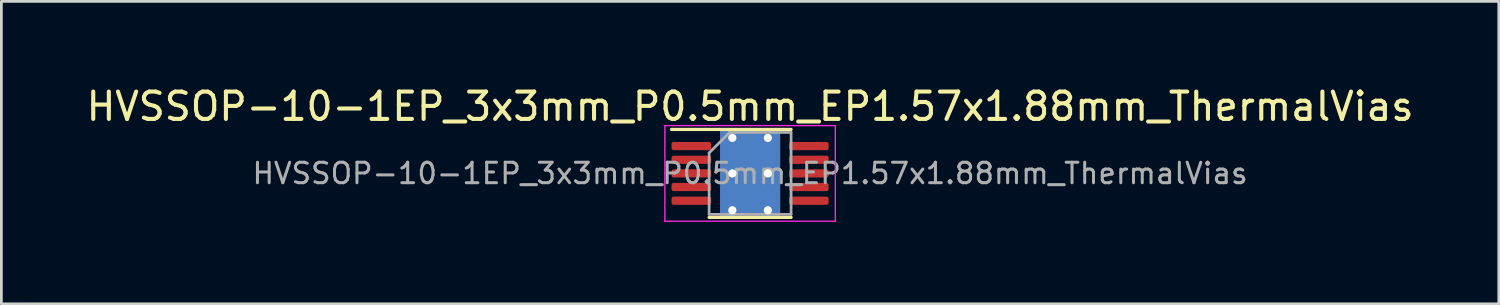
<source format=kicad_pcb>
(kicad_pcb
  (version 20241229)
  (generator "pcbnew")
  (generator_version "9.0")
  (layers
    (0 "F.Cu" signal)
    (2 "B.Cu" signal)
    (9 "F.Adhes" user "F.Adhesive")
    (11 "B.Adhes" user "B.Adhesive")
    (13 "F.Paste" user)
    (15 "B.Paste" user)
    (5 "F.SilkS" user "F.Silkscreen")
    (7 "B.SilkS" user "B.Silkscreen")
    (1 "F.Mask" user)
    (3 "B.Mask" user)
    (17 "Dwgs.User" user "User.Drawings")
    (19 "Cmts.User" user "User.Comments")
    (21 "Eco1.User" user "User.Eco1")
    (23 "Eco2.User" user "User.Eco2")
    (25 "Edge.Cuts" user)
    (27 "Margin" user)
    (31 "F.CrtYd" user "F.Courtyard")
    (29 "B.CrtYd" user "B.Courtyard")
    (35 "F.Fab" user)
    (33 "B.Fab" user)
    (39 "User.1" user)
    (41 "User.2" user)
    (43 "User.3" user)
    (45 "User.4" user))
  (footprint "HVSSOP-10-1EP_3x3mm_P0.5mm_EP1.57x1.88mm_ThermalVias"
    (layer "F.Cu")
    (at 24.411 3.298)
    (property "Reference" "HVSSOP-10-1EP_3x3mm_P0.5mm_EP1.57x1.88mm_ThermalVias" (at 0 -2.45 0) (layer "F.SilkS") (effects (font (size 1 1) (thickness 0.15))))
    (attr smd)
    (fp_rect (start -1.1 -1.55) (end 1.1 1.55) (stroke (width 0) (type solid)) (fill yes) (layer "F.Cu"))
    (fp_rect (start -1.1 -1.55) (end 1.1 1.55) (stroke (width 0) (type solid)) (fill yes) (layer "B.Cu"))
    (fp_line (start 0 -1.61) (end -2.875 -1.61) (stroke (width 0.12) (type solid)) (layer "F.SilkS"))
    (fp_line (start 0 -1.61) (end 1.5 -1.61) (stroke (width 0.12) (type solid)) (layer "F.SilkS"))
    (fp_line (start 0 1.61) (end -1.5 1.61) (stroke (width 0.12) (type solid)) (layer "F.SilkS"))
    (fp_line (start 0 1.61) (end 1.5 1.61) (stroke (width 0.12) (type solid)) (layer "F.SilkS"))
    (fp_line (start -3.12 -1.75) (end -3.12 1.75) (stroke (width 0.05) (type solid)) (layer "F.CrtYd"))
    (fp_line (start -3.12 1.75) (end 3.12 1.75) (stroke (width 0.05) (type solid)) (layer "F.CrtYd"))
    (fp_line (start 3.12 -1.75) (end -3.12 -1.75) (stroke (width 0.05) (type solid)) (layer "F.CrtYd"))
    (fp_line (start 3.12 1.75) (end 3.12 -1.75) (stroke (width 0.05) (type solid)) (layer "F.CrtYd"))
    (fp_line (start -1.5 -0.75) (end -0.75 -1.5) (stroke (width 0.1) (type solid)) (layer "F.Fab"))
    (fp_line (start -1.5 1.5) (end -1.5 -0.75) (stroke (width 0.1) (type solid)) (layer "F.Fab"))
    (fp_line (start -0.75 -1.5) (end 1.5 -1.5) (stroke (width 0.1) (type solid)) (layer "F.Fab"))
    (fp_line (start 1.5 -1.5) (end 1.5 1.5) (stroke (width 0.1) (type solid)) (layer "F.Fab"))
    (fp_line (start 1.5 1.5) (end -1.5 1.5) (stroke (width 0.1) (type solid)) (layer "F.Fab"))
    (fp_text user "${REFERENCE}" (at 0 0 0) (layer "F.Fab") (effects (font (size 0.75 0.75) (thickness 0.11))))
    (pad "" smd roundrect (at -0.438 -0.475) (size 0.725 0.75) (layers "F.Paste") (roundrect_rratio 0.25))
    (pad "" smd roundrect (at -0.438 0.47) (size 0.725 0.76) (layers "F.Paste") (roundrect_rratio 0.25))
    (pad "" smd roundrect (at 0.438 -0.47) (size 0.725 0.76) (layers "F.Paste") (roundrect_rratio 0.25))
    (pad "" smd roundrect (at 0.438 0.47) (size 0.725 0.76) (layers "F.Paste") (roundrect_rratio 0.25))
    (pad "1" smd roundrect (at -2.15 -1) (size 1.45 0.3) (layers "F.Cu" "F.Mask" "F.Paste") (roundrect_rratio 0.25))
    (pad "2" smd roundrect (at -2.15 -0.5) (size 1.45 0.3) (layers "F.Cu" "F.Mask" "F.Paste") (roundrect_rratio 0.25))
    (pad "3" smd roundrect (at -2.15 0) (size 1.45 0.3) (layers "F.Cu" "F.Mask" "F.Paste") (roundrect_rratio 0.25))
    (pad "4" smd roundrect (at -2.15 0.5) (size 1.45 0.3) (layers "F.Cu" "F.Mask" "F.Paste") (roundrect_rratio 0.25))
    (pad "5" smd roundrect (at -2.15 1) (size 1.45 0.3) (layers "F.Cu" "F.Mask" "F.Paste") (roundrect_rratio 0.25))
    (pad "6" smd roundrect (at 2.15 1) (size 1.45 0.3) (layers "F.Cu" "F.Mask" "F.Paste") (roundrect_rratio 0.25))
    (pad "7" smd roundrect (at 2.15 0.5) (size 1.45 0.3) (layers "F.Cu" "F.Mask" "F.Paste") (roundrect_rratio 0.25))
    (pad "8" smd roundrect (at 2.15 0) (size 1.45 0.3) (layers "F.Cu" "F.Mask" "F.Paste") (roundrect_rratio 0.25))
    (pad "9" smd roundrect (at 2.15 -0.5) (size 1.45 0.3) (layers "F.Cu" "F.Mask" "F.Paste") (roundrect_rratio 0.25))
    (pad "10" smd roundrect (at 2.15 -1) (size 1.45 0.3) (layers "F.Cu" "F.Mask" "F.Paste") (roundrect_rratio 0.25))
    (pad "11" thru_hole circle (at -0.65 -1.3) (size 0.6 0.6) (drill 0.3) (layers "*.Cu"))
    (pad "11" thru_hole circle (at -0.65 0) (size 0.6 0.6) (drill 0.3) (layers "*.Cu"))
    (pad "11" thru_hole circle (at -0.65 1.35) (size 0.6 0.6) (drill 0.3) (layers "*.Cu"))
    (pad "11" smd rect (at 0 0) (size 1.83 1.89) (layers "F.Cu" "F.Mask"))
    (pad "11" smd rect (at 0 0) (size 1.83 1.89) (layers "B.Cu"))
    (pad "11" thru_hole circle (at 0.65 -1.3) (size 0.6 0.6) (drill 0.3) (layers "*.Cu"))
    (pad "11" thru_hole circle (at 0.65 0) (size 0.6 0.6) (drill 0.3) (layers "*.Cu"))
    (pad "11" thru_hole circle (at 0.65 1.35) (size 0.6 0.6) (drill 0.3) (layers "*.Cu")))
  (gr_rect
    (start -3 -3)
    (end 51.821 8.073)
    (stroke (width 0.1) (type default))
    (fill no)
    (layer "Edge.Cuts")))
</source>
